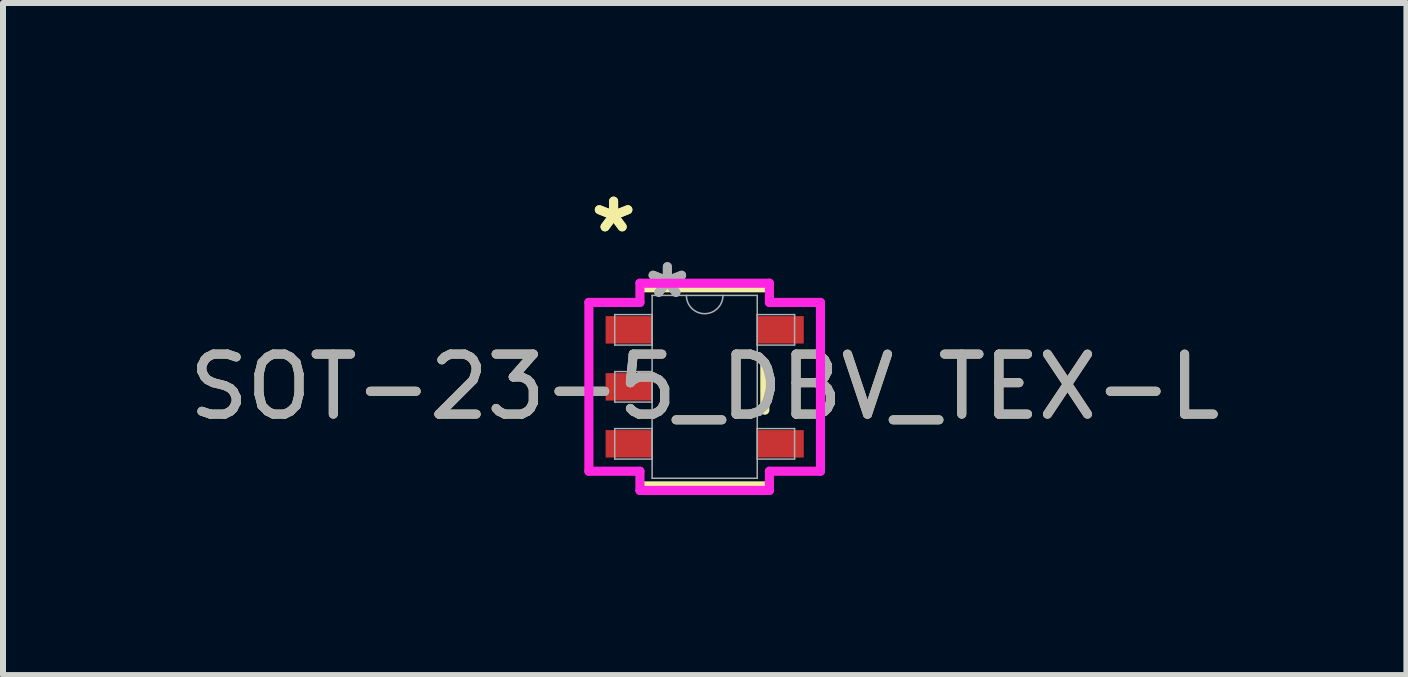
<source format=kicad_pcb>
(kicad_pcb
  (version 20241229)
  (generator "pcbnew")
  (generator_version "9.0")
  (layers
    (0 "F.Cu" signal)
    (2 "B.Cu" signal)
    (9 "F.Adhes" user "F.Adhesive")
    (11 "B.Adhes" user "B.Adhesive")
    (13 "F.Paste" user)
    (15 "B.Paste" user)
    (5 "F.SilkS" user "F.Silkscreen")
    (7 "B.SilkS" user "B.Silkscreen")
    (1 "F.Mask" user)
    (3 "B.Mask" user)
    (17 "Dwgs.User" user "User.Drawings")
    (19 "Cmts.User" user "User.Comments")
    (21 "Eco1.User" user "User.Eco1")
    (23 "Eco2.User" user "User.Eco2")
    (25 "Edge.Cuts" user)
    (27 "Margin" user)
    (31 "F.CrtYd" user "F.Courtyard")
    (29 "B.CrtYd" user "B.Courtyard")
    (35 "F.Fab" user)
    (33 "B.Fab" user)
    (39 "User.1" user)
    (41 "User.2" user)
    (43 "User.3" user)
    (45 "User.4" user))
  (footprint "SOT-23-5_DBV_TEX-L"
    (layer "F.Cu")
    (at 8.696 3.398)
    (property "Reference" "SOT-23-5_DBV_TEX-L" (at 0 0 0) (unlocked yes) (layer "F.SilkS") (effects (font (size 1 1) (thickness 0.15))))
    (attr smd)
    (fp_line (start -1.003 1.651) (end 1.003 1.651) (stroke (width 0.152) (type solid)) (layer "F.SilkS"))
    (fp_line (start 1.003 -1.651) (end -1.003 -1.651) (stroke (width 0.152) (type solid)) (layer "F.SilkS"))
    (fp_line (start 1.003 0.389) (end 1.003 -0.389) (stroke (width 0.152) (type solid)) (layer "F.SilkS"))
    (fp_line (start -1.93 -1.407) (end -1.079 -1.407) (stroke (width 0.152) (type solid)) (layer "F.CrtYd"))
    (fp_line (start -1.93 1.407) (end -1.93 -1.407) (stroke (width 0.152) (type solid)) (layer "F.CrtYd"))
    (fp_line (start -1.079 -1.727) (end 1.079 -1.727) (stroke (width 0.152) (type solid)) (layer "F.CrtYd"))
    (fp_line (start -1.079 -1.407) (end -1.079 -1.727) (stroke (width 0.152) (type solid)) (layer "F.CrtYd"))
    (fp_line (start -1.079 1.407) (end -1.93 1.407) (stroke (width 0.152) (type solid)) (layer "F.CrtYd"))
    (fp_line (start -1.079 1.727) (end -1.079 1.407) (stroke (width 0.152) (type solid)) (layer "F.CrtYd"))
    (fp_line (start 1.079 -1.727) (end 1.079 -1.407) (stroke (width 0.152) (type solid)) (layer "F.CrtYd"))
    (fp_line (start 1.079 -1.407) (end 1.93 -1.407) (stroke (width 0.152) (type solid)) (layer "F.CrtYd"))
    (fp_line (start 1.079 1.407) (end 1.079 1.727) (stroke (width 0.152) (type solid)) (layer "F.CrtYd"))
    (fp_line (start 1.079 1.727) (end -1.079 1.727) (stroke (width 0.152) (type solid)) (layer "F.CrtYd"))
    (fp_line (start 1.93 -1.407) (end 1.93 1.407) (stroke (width 0.152) (type solid)) (layer "F.CrtYd"))
    (fp_line (start 1.93 1.407) (end 1.079 1.407) (stroke (width 0.152) (type solid)) (layer "F.CrtYd"))
    (fp_line (start -1.499 -1.204) (end -1.499 -0.696) (stroke (width 0.025) (type solid)) (layer "F.Fab"))
    (fp_line (start -1.499 -0.696) (end -0.876 -0.696) (stroke (width 0.025) (type solid)) (layer "F.Fab"))
    (fp_line (start -1.499 -0.254) (end -1.499 0.254) (stroke (width 0.025) (type solid)) (layer "F.Fab"))
    (fp_line (start -1.499 0.254) (end -0.876 0.254) (stroke (width 0.025) (type solid)) (layer "F.Fab"))
    (fp_line (start -1.499 0.696) (end -1.499 1.204) (stroke (width 0.025) (type solid)) (layer "F.Fab"))
    (fp_line (start -1.499 1.204) (end -0.876 1.204) (stroke (width 0.025) (type solid)) (layer "F.Fab"))
    (fp_line (start -0.876 -1.524) (end -0.876 1.524) (stroke (width 0.025) (type solid)) (layer "F.Fab"))
    (fp_line (start -0.876 -1.204) (end -1.499 -1.204) (stroke (width 0.025) (type solid)) (layer "F.Fab"))
    (fp_line (start -0.876 -0.696) (end -0.876 -1.204) (stroke (width 0.025) (type solid)) (layer "F.Fab"))
    (fp_line (start -0.876 -0.254) (end -1.499 -0.254) (stroke (width 0.025) (type solid)) (layer "F.Fab"))
    (fp_line (start -0.876 0.254) (end -0.876 -0.254) (stroke (width 0.025) (type solid)) (layer "F.Fab"))
    (fp_line (start -0.876 0.696) (end -1.499 0.696) (stroke (width 0.025) (type solid)) (layer "F.Fab"))
    (fp_line (start -0.876 1.204) (end -0.876 0.696) (stroke (width 0.025) (type solid)) (layer "F.Fab"))
    (fp_line (start -0.876 1.524) (end 0.876 1.524) (stroke (width 0.025) (type solid)) (layer "F.Fab"))
    (fp_line (start 0.876 -1.524) (end -0.876 -1.524) (stroke (width 0.025) (type solid)) (layer "F.Fab"))
    (fp_line (start 0.876 -1.204) (end 0.876 -0.696) (stroke (width 0.025) (type solid)) (layer "F.Fab"))
    (fp_line (start 0.876 -0.696) (end 1.499 -0.696) (stroke (width 0.025) (type solid)) (layer "F.Fab"))
    (fp_line (start 0.876 0.696) (end 0.876 1.204) (stroke (width 0.025) (type solid)) (layer "F.Fab"))
    (fp_line (start 0.876 1.204) (end 1.499 1.204) (stroke (width 0.025) (type solid)) (layer "F.Fab"))
    (fp_line (start 0.876 1.524) (end 0.876 -1.524) (stroke (width 0.025) (type solid)) (layer "F.Fab"))
    (fp_line (start 1.499 -1.204) (end 0.876 -1.204) (stroke (width 0.025) (type solid)) (layer "F.Fab"))
    (fp_line (start 1.499 -0.696) (end 1.499 -1.204) (stroke (width 0.025) (type solid)) (layer "F.Fab"))
    (fp_line (start 1.499 0.696) (end 0.876 0.696) (stroke (width 0.025) (type solid)) (layer "F.Fab"))
    (fp_line (start 1.499 1.204) (end 1.499 0.696) (stroke (width 0.025) (type solid)) (layer "F.Fab"))
    (fp_arc (start 0.3048 -1.524) (mid 0 -1.2192) (end -0.3048 -1.524) (stroke (width 0.0254) (type solid)) (layer "F.Fab"))
    (fp_text user "*" (at -1.518 -2.55 0) (unlocked yes) (layer "F.SilkS") (effects (font (size 1 1) (thickness 0.15))))
    (fp_text user "*" (at -1.518 -2.55 0) (layer "F.SilkS") (effects (font (size 1 1) (thickness 0.15))))
    (fp_text user "${REFERENCE}" (at 0 0 0) (unlocked yes) (layer "F.Fab") (effects (font (size 1 1) (thickness 0.15))))
    (fp_text user "*" (at -0.622 -1.458 0) (unlocked yes) (layer "F.Fab") (effects (font (size 1 1) (thickness 0.15))))
    (fp_text user "*" (at -0.622 -1.458 0) (layer "F.Fab") (effects (font (size 1 1) (thickness 0.15))))
    (pad "1" smd rect (at -1.264 -0.95) (size 0.775 0.457) (layers "F.Cu" "F.Mask" "F.Paste"))
    (pad "2" smd rect (at -1.264 0) (size 0.775 0.457) (layers "F.Cu" "F.Mask" "F.Paste"))
    (pad "3" smd rect (at -1.264 0.95) (size 0.775 0.457) (layers "F.Cu" "F.Mask" "F.Paste"))
    (pad "4" smd rect (at 1.264 0.95) (size 0.775 0.457) (layers "F.Cu" "F.Mask" "F.Paste"))
    (pad "5" smd rect (at 1.264 -0.95) (size 0.775 0.457) (layers "F.Cu" "F.Mask" "F.Paste")))
  (gr_rect
    (start -3 -3)
    (end 20.393 8.202)
    (stroke (width 0.1) (type default))
    (fill no)
    (layer "Edge.Cuts")))
</source>
